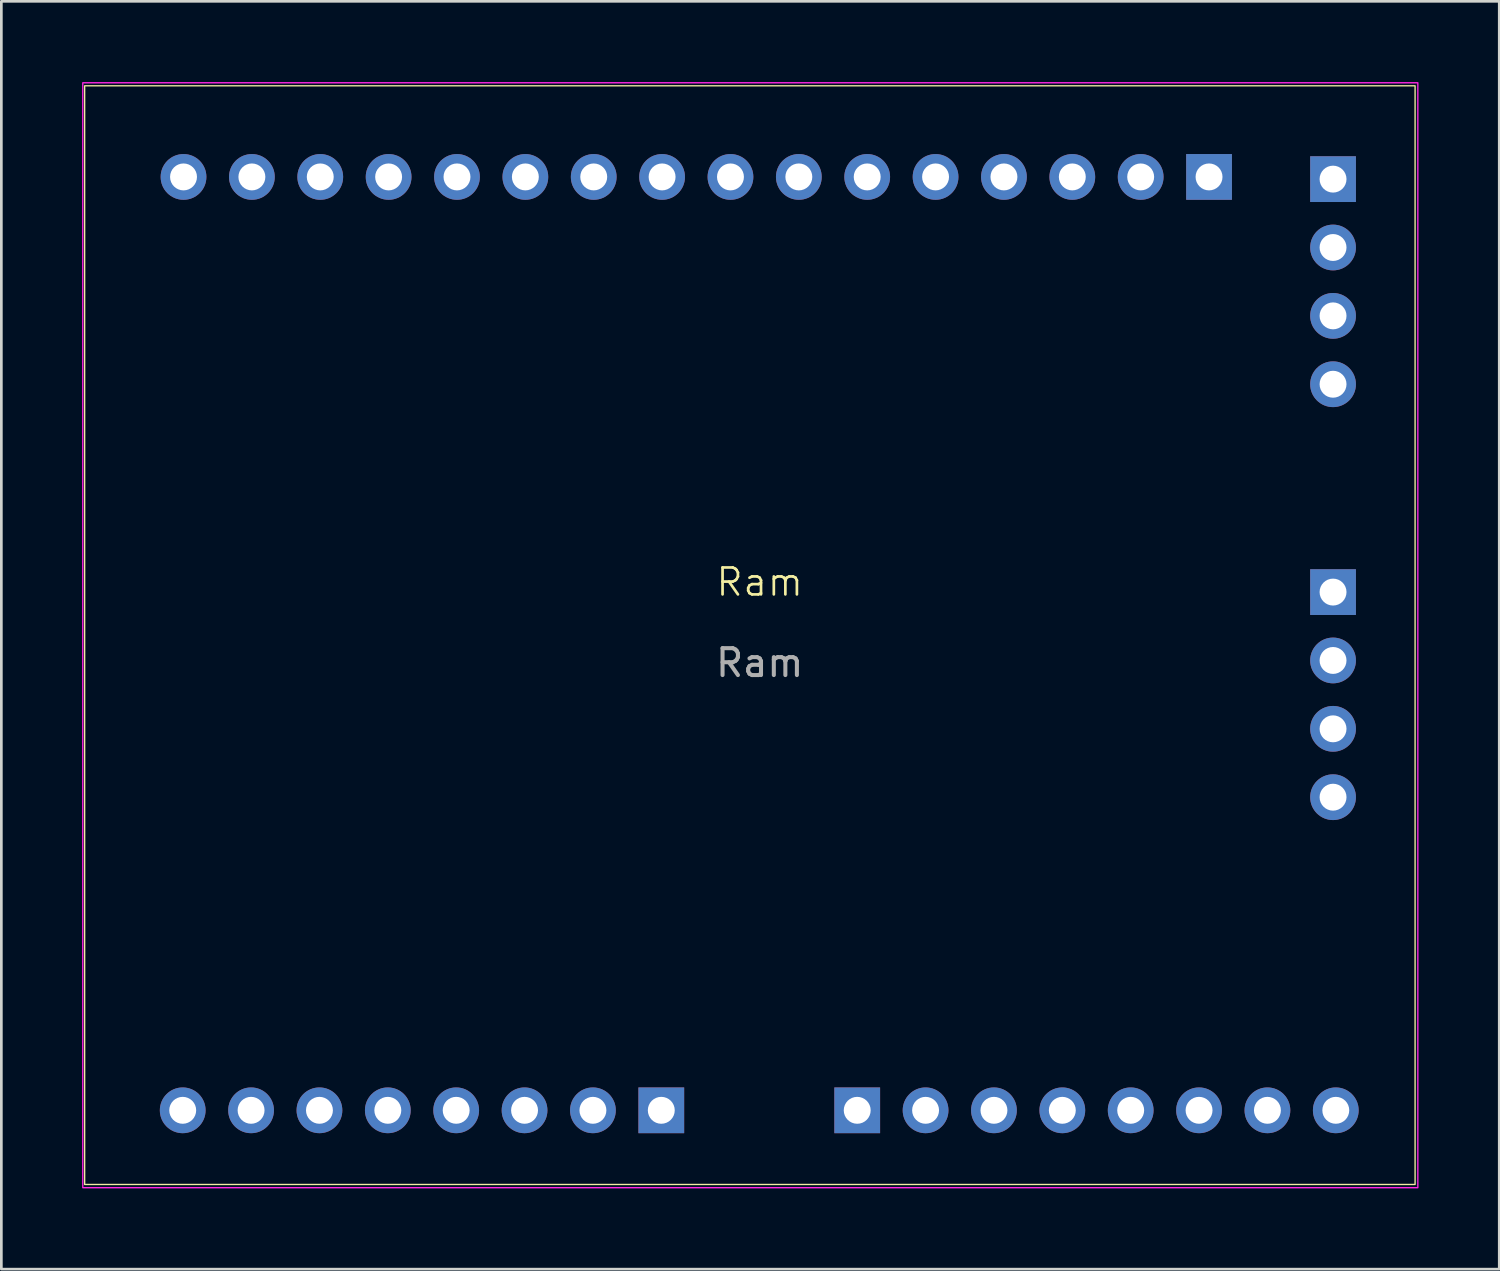
<source format=kicad_pcb>
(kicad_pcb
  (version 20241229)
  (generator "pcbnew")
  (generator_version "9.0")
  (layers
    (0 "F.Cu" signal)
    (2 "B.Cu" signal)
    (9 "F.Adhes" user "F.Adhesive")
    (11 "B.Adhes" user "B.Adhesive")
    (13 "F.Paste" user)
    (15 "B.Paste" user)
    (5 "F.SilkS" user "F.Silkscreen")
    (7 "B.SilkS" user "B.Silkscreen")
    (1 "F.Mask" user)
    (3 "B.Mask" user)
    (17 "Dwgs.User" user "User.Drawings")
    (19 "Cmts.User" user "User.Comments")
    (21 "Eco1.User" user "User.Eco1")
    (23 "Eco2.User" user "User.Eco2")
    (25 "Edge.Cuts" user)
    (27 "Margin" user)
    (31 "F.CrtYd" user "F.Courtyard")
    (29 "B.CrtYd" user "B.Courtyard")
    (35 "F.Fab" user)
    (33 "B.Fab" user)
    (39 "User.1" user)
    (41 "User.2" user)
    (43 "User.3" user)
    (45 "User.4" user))
  (footprint "Ram"
    (layer "F.Cu")
    (at 25.175 19.075)
    (property "Reference" "Ram" (at 0 -0.5 0) (unlocked yes) (layer "F.SilkS") (effects (font (size 1 1) (thickness 0.1))))
    (attr smd)
    (fp_rect (start -25.08 -18.937) (end 24.348 21.881) (stroke (width 0.05) (type solid)) (fill no) (layer "F.SilkS"))
    (fp_rect (start -25.15 -19.05) (end 24.45 22) (stroke (width 0.05) (type default)) (fill no) (layer "F.CrtYd"))
    (fp_text user "${REFERENCE}" (at 0 2.5 0) (unlocked yes) (layer "F.Fab") (effects (font (size 1 1) (thickness 0.15))))
    (pad "1" thru_hole rect (at 16.693 -15.552 90) (size 1.7 1.7) (drill 1) (layers "*.Cu" "*.Mask"))
    (pad "2" thru_hole oval (at 14.153 -15.552 90) (size 1.7 1.7) (drill 1) (layers "*.Cu" "*.Mask"))
    (pad "3" thru_hole oval (at 11.613 -15.552 90) (size 1.7 1.7) (drill 1) (layers "*.Cu" "*.Mask"))
    (pad "4" thru_hole oval (at 9.073 -15.552 90) (size 1.7 1.7) (drill 1) (layers "*.Cu" "*.Mask"))
    (pad "5" thru_hole oval (at 6.533 -15.552 90) (size 1.7 1.7) (drill 1) (layers "*.Cu" "*.Mask"))
    (pad "6" thru_hole oval (at 3.993 -15.552 90) (size 1.7 1.7) (drill 1) (layers "*.Cu" "*.Mask"))
    (pad "7" thru_hole oval (at 1.453 -15.552 90) (size 1.7 1.7) (drill 1) (layers "*.Cu" "*.Mask"))
    (pad "8" thru_hole oval (at -1.087 -15.552 90) (size 1.7 1.7) (drill 1) (layers "*.Cu" "*.Mask"))
    (pad "9" thru_hole oval (at -3.627 -15.552 90) (size 1.7 1.7) (drill 1) (layers "*.Cu" "*.Mask"))
    (pad "10" thru_hole oval (at -6.167 -15.552 90) (size 1.7 1.7) (drill 1) (layers "*.Cu" "*.Mask"))
    (pad "11" thru_hole oval (at -8.707 -15.552 90) (size 1.7 1.7) (drill 1) (layers "*.Cu" "*.Mask"))
    (pad "12" thru_hole oval (at -11.247 -15.552 90) (size 1.7 1.7) (drill 1) (layers "*.Cu" "*.Mask"))
    (pad "13" thru_hole oval (at -13.787 -15.552 90) (size 1.7 1.7) (drill 1) (layers "*.Cu" "*.Mask"))
    (pad "14" thru_hole oval (at -16.327 -15.552 90) (size 1.7 1.7) (drill 1) (layers "*.Cu" "*.Mask"))
    (pad "15" thru_hole oval (at -18.867 -15.552 90) (size 1.7 1.7) (drill 1) (layers "*.Cu" "*.Mask"))
    (pad "16" thru_hole oval (at -21.407 -15.552 90) (size 1.7 1.7) (drill 1) (layers "*.Cu" "*.Mask"))
    (pad "17" thru_hole rect (at 3.622 19.125 270) (size 1.7 1.7) (drill 1) (layers "*.Cu" "*.Mask"))
    (pad "18" thru_hole oval (at 6.162 19.125 270) (size 1.7 1.7) (drill 1) (layers "*.Cu" "*.Mask"))
    (pad "19" thru_hole oval (at 8.702 19.125 270) (size 1.7 1.7) (drill 1) (layers "*.Cu" "*.Mask"))
    (pad "20" thru_hole oval (at 11.242 19.125 270) (size 1.7 1.7) (drill 1) (layers "*.Cu" "*.Mask"))
    (pad "21" thru_hole oval (at 13.782 19.125 270) (size 1.7 1.7) (drill 1) (layers "*.Cu" "*.Mask"))
    (pad "22" thru_hole oval (at 16.322 19.125 270) (size 1.7 1.7) (drill 1) (layers "*.Cu" "*.Mask"))
    (pad "23" thru_hole oval (at 18.862 19.125 270) (size 1.7 1.7) (drill 1) (layers "*.Cu" "*.Mask"))
    (pad "24" thru_hole oval (at 21.402 19.125 270) (size 1.7 1.7) (drill 1) (layers "*.Cu" "*.Mask"))
    (pad "25" thru_hole rect (at -3.657 19.125 90) (size 1.7 1.7) (drill 1) (layers "*.Cu" "*.Mask"))
    (pad "26" thru_hole oval (at -6.197 19.125 90) (size 1.7 1.7) (drill 1) (layers "*.Cu" "*.Mask"))
    (pad "27" thru_hole oval (at -8.737 19.125 90) (size 1.7 1.7) (drill 1) (layers "*.Cu" "*.Mask"))
    (pad "28" thru_hole oval (at -11.277 19.125 90) (size 1.7 1.7) (drill 1) (layers "*.Cu" "*.Mask"))
    (pad "29" thru_hole oval (at -13.817 19.125 90) (size 1.7 1.7) (drill 1) (layers "*.Cu" "*.Mask"))
    (pad "30" thru_hole oval (at -16.357 19.125 90) (size 1.7 1.7) (drill 1) (layers "*.Cu" "*.Mask"))
    (pad "31" thru_hole oval (at -18.897 19.125 90) (size 1.7 1.7) (drill 1) (layers "*.Cu" "*.Mask"))
    (pad "32" thru_hole oval (at -21.437 19.125 90) (size 1.7 1.7) (drill 1) (layers "*.Cu" "*.Mask"))
    (pad "33" thru_hole rect (at 21.3 -0.128 180) (size 1.7 1.7) (drill 1) (layers "*.Cu" "*.Mask"))
    (pad "34" thru_hole oval (at 21.3 2.412 180) (size 1.7 1.7) (drill 1) (layers "*.Cu" "*.Mask"))
    (pad "35" thru_hole oval (at 21.3 4.952 180) (size 1.7 1.7) (drill 1) (layers "*.Cu" "*.Mask"))
    (pad "36" thru_hole oval (at 21.3 7.492 180) (size 1.7 1.7) (drill 1) (layers "*.Cu" "*.Mask"))
    (pad "37" thru_hole oval (at 21.3 -12.93 180) (size 1.7 1.7) (drill 1) (layers "*.Cu" "*.Mask"))
    (pad "37" thru_hole oval (at 21.3 -10.39 180) (size 1.7 1.7) (drill 1) (layers "*.Cu" "*.Mask"))
    (pad "38" thru_hole rect (at 21.3 -15.47 180) (size 1.7 1.7) (drill 1) (layers "*.Cu" "*.Mask"))
    (pad "38" thru_hole oval (at 21.3 -7.85 180) (size 1.7 1.7) (drill 1) (layers "*.Cu" "*.Mask")))
  (gr_rect
    (start -3 -3)
    (end 52.65 44.1)
    (stroke (width 0.1) (type default))
    (fill no)
    (layer "Edge.Cuts")))
</source>
